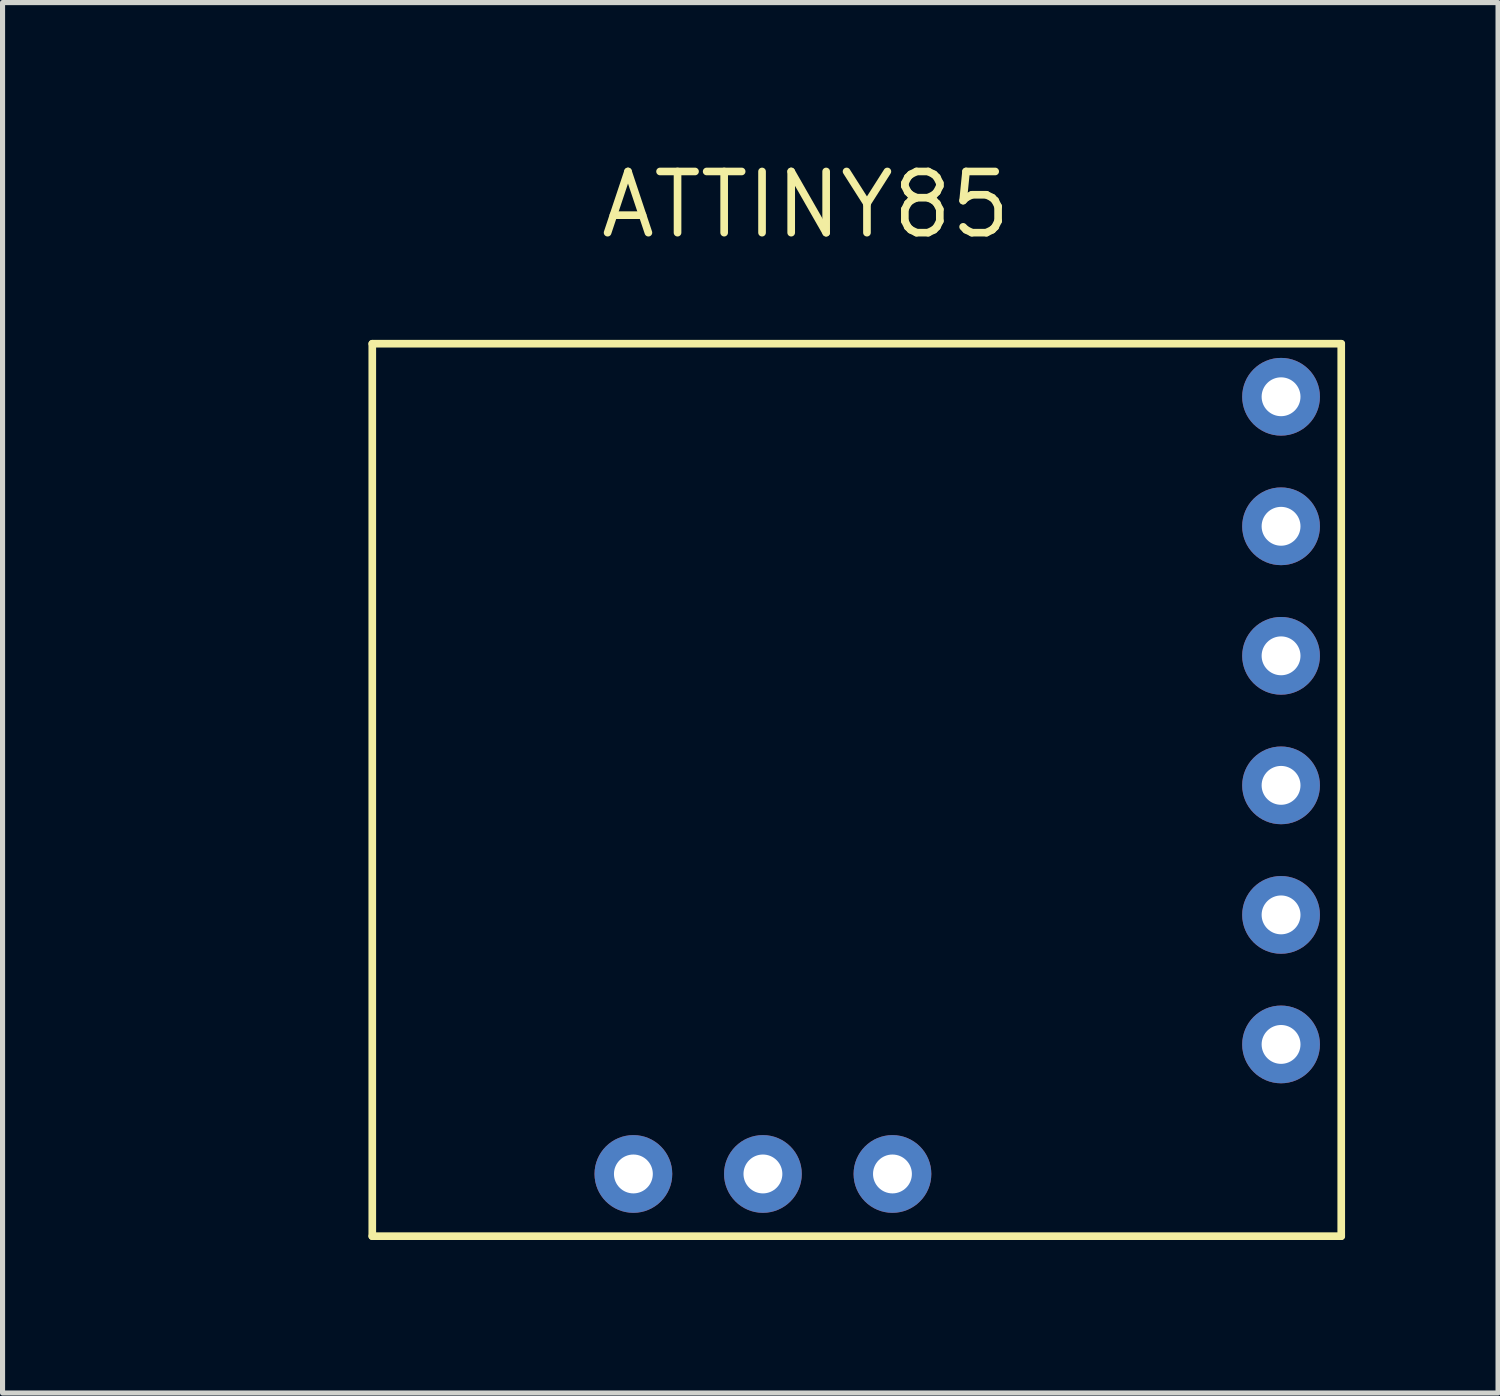
<source format=kicad_pcb>
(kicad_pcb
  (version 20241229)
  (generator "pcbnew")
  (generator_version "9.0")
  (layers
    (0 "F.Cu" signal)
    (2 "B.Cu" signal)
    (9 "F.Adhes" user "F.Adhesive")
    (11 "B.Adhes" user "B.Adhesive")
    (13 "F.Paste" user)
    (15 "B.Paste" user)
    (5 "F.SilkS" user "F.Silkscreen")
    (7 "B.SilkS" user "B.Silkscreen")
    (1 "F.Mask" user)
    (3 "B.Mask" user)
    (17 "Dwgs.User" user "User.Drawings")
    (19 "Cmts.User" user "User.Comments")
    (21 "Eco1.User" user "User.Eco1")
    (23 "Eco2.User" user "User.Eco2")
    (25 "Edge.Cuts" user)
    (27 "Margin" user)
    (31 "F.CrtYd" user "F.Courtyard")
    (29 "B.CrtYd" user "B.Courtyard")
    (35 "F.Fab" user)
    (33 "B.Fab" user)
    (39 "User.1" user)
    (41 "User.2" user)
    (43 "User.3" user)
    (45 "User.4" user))
  (footprint "ATTINY85"
    (layer "F.Cu")
    (at 0.25 3.69)
    (property "Reference" "ATTINY85" (at 12.5 -2.725 0) (layer "F.SilkS") (effects (font (size 1.2 1.2) (thickness 0.15))))
    (attr through_hole)
    (fp_line (start 4 0) (end 23 0) (stroke (width 0.15) (type solid)) (layer "F.SilkS"))
    (fp_line (start 4 17.5) (end 4 0) (stroke (width 0.15) (type solid)) (layer "F.SilkS"))
    (fp_line (start 23 0) (end 23 17.5) (stroke (width 0.15) (type solid)) (layer "F.SilkS"))
    (fp_line (start 23 17.5) (end 4 17.5) (stroke (width 0.15) (type solid)) (layer "F.SilkS"))
    (pad "0" thru_hole circle (at 21.82 13.74) (size 1.524 1.524) (drill 0.762) (layers "*.Cu" "*.Mask"))
    (pad "1" thru_hole circle (at 21.82 11.2) (size 1.524 1.524) (drill 0.762) (layers "*.Cu" "*.Mask"))
    (pad "2" thru_hole circle (at 21.82 8.66) (size 1.524 1.524) (drill 0.762) (layers "*.Cu" "*.Mask"))
    (pad "3" thru_hole circle (at 21.82 6.12) (size 1.524 1.524) (drill 0.762) (layers "*.Cu" "*.Mask"))
    (pad "4" thru_hole circle (at 21.82 3.58) (size 1.524 1.524) (drill 0.762) (layers "*.Cu" "*.Mask"))
    (pad "5" thru_hole circle (at 21.82 1.04) (size 1.524 1.524) (drill 0.762) (layers "*.Cu" "*.Mask"))
    (pad "6" thru_hole circle (at 9.12 16.28) (size 1.524 1.524) (drill 0.762) (layers "*.Cu" "*.Mask"))
    (pad "7" thru_hole circle (at 11.66 16.28) (size 1.524 1.524) (drill 0.762) (layers "*.Cu" "*.Mask"))
    (pad "8" thru_hole circle (at 14.2 16.28) (size 1.524 1.524) (drill 0.762) (layers "*.Cu" "*.Mask")))
  (gr_rect
    (start -3 -3)
    (end 26.325 24.265)
    (stroke (width 0.1) (type default))
    (fill no)
    (layer "Edge.Cuts")))
</source>
